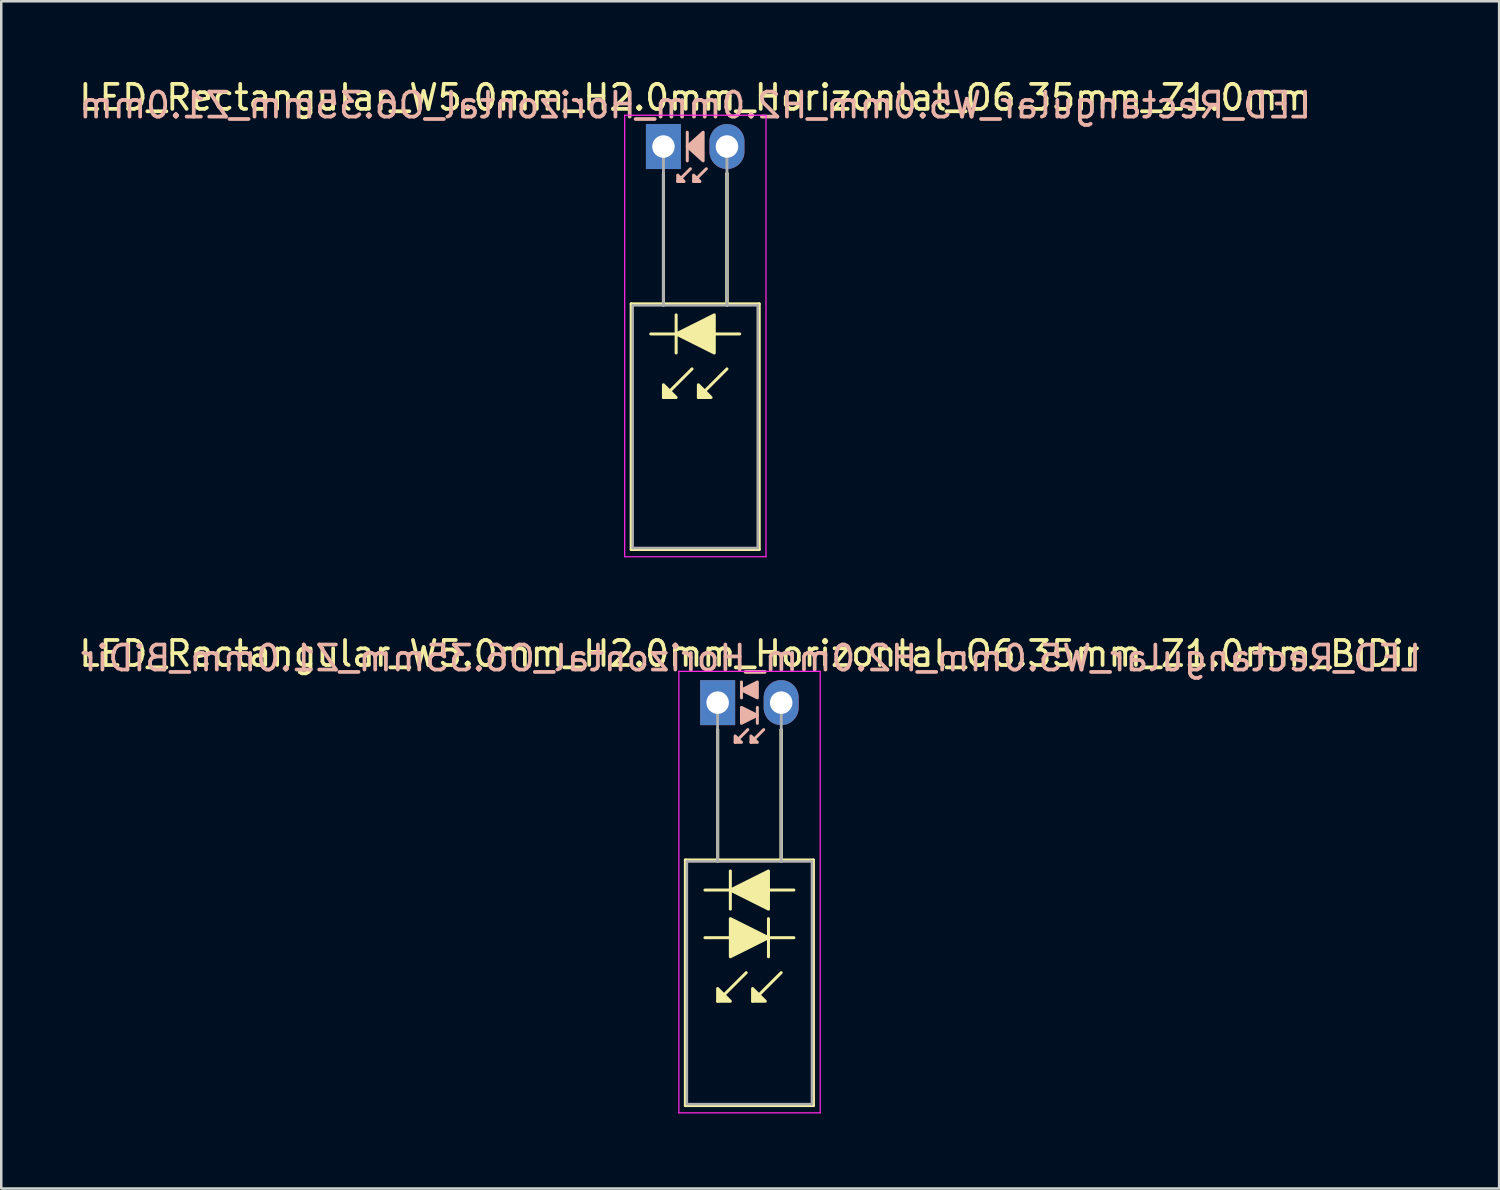
<source format=kicad_pcb>
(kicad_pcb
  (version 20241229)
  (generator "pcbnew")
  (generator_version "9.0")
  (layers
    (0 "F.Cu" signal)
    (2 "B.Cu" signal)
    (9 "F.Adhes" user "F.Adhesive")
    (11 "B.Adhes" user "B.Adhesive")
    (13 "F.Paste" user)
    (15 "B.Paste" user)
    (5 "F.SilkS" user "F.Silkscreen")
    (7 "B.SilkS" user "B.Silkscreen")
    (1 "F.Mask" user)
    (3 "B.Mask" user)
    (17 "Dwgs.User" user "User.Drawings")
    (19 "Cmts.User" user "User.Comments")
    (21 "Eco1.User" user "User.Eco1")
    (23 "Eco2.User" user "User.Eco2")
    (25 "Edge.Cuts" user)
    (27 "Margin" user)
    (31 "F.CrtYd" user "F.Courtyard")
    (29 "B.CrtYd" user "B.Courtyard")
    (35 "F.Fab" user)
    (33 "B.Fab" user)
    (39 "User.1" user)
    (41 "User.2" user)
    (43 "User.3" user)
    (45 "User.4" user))
  (footprint "LED_Rectangular_W5.0mm_H2.0mm_Horizontal_O6.35mm_Z1.0mm"
    (layer "F.Cu")
    (at 23.474 2.808)
    (property "Reference" "LED_Rectangular_W5.0mm_H2.0mm_Horizontal_O6.35mm_Z1.0mm" (at 1.27 -1.96 0) (layer "F.SilkS") (effects (font (size 1 1) (thickness 0.15))))
    (fp_line (start -1.29 6.29) (end -1.29 16.11) (stroke (width 0.12) (type solid)) (layer "F.SilkS"))
    (fp_line (start -1.29 16.11) (end 3.83 16.11) (stroke (width 0.12) (type solid)) (layer "F.SilkS"))
    (fp_line (start 0 1.08) (end 0 1.08) (stroke (width 0.12) (type solid)) (layer "F.SilkS"))
    (fp_line (start 0 1.08) (end 0 6.29) (stroke (width 0.12) (type solid)) (layer "F.SilkS"))
    (fp_line (start 0 6.29) (end 0 1.08) (stroke (width 0.12) (type solid)) (layer "F.SilkS"))
    (fp_line (start 0 6.29) (end 0 6.29) (stroke (width 0.12) (type solid)) (layer "F.SilkS"))
    (fp_line (start 0.508 6.731) (end 0.508 8.255) (stroke (width 0.12) (type solid)) (layer "F.SilkS"))
    (fp_line (start 0.508 7.493) (end -0.508 7.493) (stroke (width 0.12) (type solid)) (layer "F.SilkS"))
    (fp_line (start 1.143 8.89) (end 0 10.033) (stroke (width 0.12) (type solid)) (layer "F.SilkS"))
    (fp_line (start 2.54 1.08) (end 2.54 1.08) (stroke (width 0.12) (type solid)) (layer "F.SilkS"))
    (fp_line (start 2.54 1.08) (end 2.54 6.29) (stroke (width 0.12) (type solid)) (layer "F.SilkS"))
    (fp_line (start 2.54 6.29) (end 2.54 1.08) (stroke (width 0.12) (type solid)) (layer "F.SilkS"))
    (fp_line (start 2.54 6.29) (end 2.54 6.29) (stroke (width 0.12) (type solid)) (layer "F.SilkS"))
    (fp_line (start 2.54 8.89) (end 1.397 10.033) (stroke (width 0.12) (type solid)) (layer "F.SilkS"))
    (fp_line (start 3.048 7.493) (end 2.032 7.493) (stroke (width 0.12) (type solid)) (layer "F.SilkS"))
    (fp_line (start 3.83 6.29) (end -1.29 6.29) (stroke (width 0.12) (type solid)) (layer "F.SilkS"))
    (fp_line (start 3.83 16.11) (end 3.83 6.29) (stroke (width 0.12) (type solid)) (layer "F.SilkS"))
    (fp_poly (pts (xy 0 9.525) (xy 0.508 10.033) (xy 0 10.033)) (stroke (width 0.12) (type solid)) (fill yes) (layer "F.SilkS"))
    (fp_poly (pts (xy 1.397 9.525) (xy 1.905 10.033) (xy 1.397 10.033)) (stroke (width 0.12) (type solid)) (fill yes) (layer "F.SilkS"))
    (fp_poly (pts (xy 2.032 8.255) (xy 0.508 7.493) (xy 2.032 6.731)) (stroke (width 0.12) (type solid)) (fill yes) (layer "F.SilkS"))
    (fp_line (start 0.953 -0.572) (end 0.953 0.572) (stroke (width 0.12) (type solid)) (layer "B.SilkS"))
    (fp_line (start 1.079 0.889) (end 0.572 1.397) (stroke (width 0.12) (type solid)) (layer "B.SilkS"))
    (fp_line (start 1.714 0.889) (end 1.206 1.397) (stroke (width 0.12) (type solid)) (layer "B.SilkS"))
    (fp_poly (pts (xy 0.572 1.143) (xy 0.826 1.397) (xy 0.572 1.397)) (stroke (width 0.12) (type solid)) (fill yes) (layer "B.SilkS"))
    (fp_poly (pts (xy 1.206 1.143) (xy 1.46 1.397) (xy 1.206 1.397)) (stroke (width 0.12) (type solid)) (fill yes) (layer "B.SilkS"))
    (fp_poly (pts (xy 1.587 0.572) (xy 0.953 0) (xy 1.587 -0.572)) (stroke (width 0.12) (type solid)) (fill yes) (layer "B.SilkS"))
    (fp_line (start -1.55 -1.25) (end -1.55 16.4) (stroke (width 0.05) (type solid)) (layer "F.CrtYd"))
    (fp_line (start -1.55 16.4) (end 4.1 16.4) (stroke (width 0.05) (type solid)) (layer "F.CrtYd"))
    (fp_line (start 4.1 -1.25) (end -1.55 -1.25) (stroke (width 0.05) (type solid)) (layer "F.CrtYd"))
    (fp_line (start 4.1 16.4) (end 4.1 -1.25) (stroke (width 0.05) (type solid)) (layer "F.CrtYd"))
    (fp_line (start -1.23 6.35) (end -1.23 16.05) (stroke (width 0.1) (type solid)) (layer "F.Fab"))
    (fp_line (start -1.23 16.05) (end 3.77 16.05) (stroke (width 0.1) (type solid)) (layer "F.Fab"))
    (fp_line (start 0 0) (end 0 0) (stroke (width 0.1) (type solid)) (layer "F.Fab"))
    (fp_line (start 0 0) (end 0 6.35) (stroke (width 0.1) (type solid)) (layer "F.Fab"))
    (fp_line (start 0 6.35) (end 0 0) (stroke (width 0.1) (type solid)) (layer "F.Fab"))
    (fp_line (start 0 6.35) (end 0 6.35) (stroke (width 0.1) (type solid)) (layer "F.Fab"))
    (fp_line (start 2.54 0) (end 2.54 0) (stroke (width 0.1) (type solid)) (layer "F.Fab"))
    (fp_line (start 2.54 0) (end 2.54 6.35) (stroke (width 0.1) (type solid)) (layer "F.Fab"))
    (fp_line (start 2.54 6.35) (end 2.54 0) (stroke (width 0.1) (type solid)) (layer "F.Fab"))
    (fp_line (start 2.54 6.35) (end 2.54 6.35) (stroke (width 0.1) (type solid)) (layer "F.Fab"))
    (fp_line (start 3.77 6.35) (end -1.23 6.35) (stroke (width 0.1) (type solid)) (layer "F.Fab"))
    (fp_line (start 3.77 16.05) (end 3.77 6.35) (stroke (width 0.1) (type solid)) (layer "F.Fab"))
    (fp_text user "${REFERENCE}" (at 1.27 -1.651 0) (layer "B.SilkS") (effects (font (size 1 1) (thickness 0.15)) (justify mirror)))
    (pad "1" thru_hole rect (at 0 0) (size 1.4 1.8) (drill 0.9) (layers "*.Cu" "*.Mask"))
    (pad "2" thru_hole oval (at 2.54 0) (size 1.4 1.8) (drill 0.9) (layers "*.Cu" "*.Mask")))
  (footprint "LED_Rectangular_W5.0mm_H2.0mm_Horizontal_O6.35mm_Z1.0mm_BiDir"
    (layer "F.Cu")
    (at 25.641 25.041)
    (property "Reference" "LED_Rectangular_W5.0mm_H2.0mm_Horizontal_O6.35mm_Z1.0mm_BiDir" (at 1.27 -1.96 0) (layer "F.SilkS") (effects (font (size 1 1) (thickness 0.15))))
    (fp_line (start -1.29 6.29) (end -1.29 16.11) (stroke (width 0.12) (type solid)) (layer "F.SilkS"))
    (fp_line (start -1.29 16.11) (end 3.83 16.11) (stroke (width 0.12) (type solid)) (layer "F.SilkS"))
    (fp_line (start -0.508 9.398) (end 0.508 9.398) (stroke (width 0.12) (type solid)) (layer "F.SilkS"))
    (fp_line (start 0 1.08) (end 0 1.08) (stroke (width 0.12) (type solid)) (layer "F.SilkS"))
    (fp_line (start 0 1.08) (end 0 6.29) (stroke (width 0.12) (type solid)) (layer "F.SilkS"))
    (fp_line (start 0 6.29) (end 0 1.08) (stroke (width 0.12) (type solid)) (layer "F.SilkS"))
    (fp_line (start 0 6.29) (end 0 6.29) (stroke (width 0.12) (type solid)) (layer "F.SilkS"))
    (fp_line (start 0.508 6.731) (end 0.508 8.255) (stroke (width 0.12) (type solid)) (layer "F.SilkS"))
    (fp_line (start 0.508 7.493) (end -0.508 7.493) (stroke (width 0.12) (type solid)) (layer "F.SilkS"))
    (fp_line (start 1.143 10.795) (end 0 11.938) (stroke (width 0.12) (type solid)) (layer "F.SilkS"))
    (fp_line (start 2.032 9.398) (end 3.048 9.398) (stroke (width 0.12) (type solid)) (layer "F.SilkS"))
    (fp_line (start 2.032 10.16) (end 2.032 8.636) (stroke (width 0.12) (type solid)) (layer "F.SilkS"))
    (fp_line (start 2.54 1.08) (end 2.54 1.08) (stroke (width 0.12) (type solid)) (layer "F.SilkS"))
    (fp_line (start 2.54 1.08) (end 2.54 6.29) (stroke (width 0.12) (type solid)) (layer "F.SilkS"))
    (fp_line (start 2.54 6.29) (end 2.54 1.08) (stroke (width 0.12) (type solid)) (layer "F.SilkS"))
    (fp_line (start 2.54 6.29) (end 2.54 6.29) (stroke (width 0.12) (type solid)) (layer "F.SilkS"))
    (fp_line (start 2.54 10.795) (end 1.397 11.938) (stroke (width 0.12) (type solid)) (layer "F.SilkS"))
    (fp_line (start 3.048 7.493) (end 2.032 7.493) (stroke (width 0.12) (type solid)) (layer "F.SilkS"))
    (fp_line (start 3.83 6.29) (end -1.29 6.29) (stroke (width 0.12) (type solid)) (layer "F.SilkS"))
    (fp_line (start 3.83 16.11) (end 3.83 6.29) (stroke (width 0.12) (type solid)) (layer "F.SilkS"))
    (fp_poly (pts (xy 0 11.43) (xy 0.508 11.938) (xy 0 11.938)) (stroke (width 0.12) (type solid)) (fill yes) (layer "F.SilkS"))
    (fp_poly (pts (xy 0.508 8.636) (xy 2.032 9.398) (xy 0.508 10.16)) (stroke (width 0.12) (type solid)) (fill yes) (layer "F.SilkS"))
    (fp_poly (pts (xy 1.397 11.43) (xy 1.905 11.938) (xy 1.397 11.938)) (stroke (width 0.12) (type solid)) (fill yes) (layer "F.SilkS"))
    (fp_poly (pts (xy 2.032 8.255) (xy 0.508 7.493) (xy 2.032 6.731)) (stroke (width 0.12) (type solid)) (fill yes) (layer "F.SilkS"))
    (fp_line (start 0.953 -0.826) (end 0.953 -0.191) (stroke (width 0.12) (type solid)) (layer "B.SilkS"))
    (fp_line (start 1.206 1.079) (end 0.699 1.587) (stroke (width 0.12) (type solid)) (layer "B.SilkS"))
    (fp_line (start 1.587 0.826) (end 1.587 0.191) (stroke (width 0.12) (type solid)) (layer "B.SilkS"))
    (fp_line (start 1.841 1.079) (end 1.333 1.587) (stroke (width 0.12) (type solid)) (layer "B.SilkS"))
    (fp_poly (pts (xy 0.699 1.333) (xy 0.953 1.587) (xy 0.699 1.587)) (stroke (width 0.12) (type solid)) (fill yes) (layer "B.SilkS"))
    (fp_poly (pts (xy 0.953 0.191) (xy 1.587 0.508) (xy 0.953 0.826)) (stroke (width 0.12) (type solid)) (fill yes) (layer "B.SilkS"))
    (fp_poly (pts (xy 1.333 1.333) (xy 1.587 1.587) (xy 1.333 1.587)) (stroke (width 0.12) (type solid)) (fill yes) (layer "B.SilkS"))
    (fp_poly (pts (xy 1.587 -0.191) (xy 0.953 -0.508) (xy 1.587 -0.826)) (stroke (width 0.12) (type solid)) (fill yes) (layer "B.SilkS"))
    (fp_line (start -1.55 -1.25) (end -1.55 16.4) (stroke (width 0.05) (type solid)) (layer "F.CrtYd"))
    (fp_line (start -1.55 16.4) (end 4.1 16.4) (stroke (width 0.05) (type solid)) (layer "F.CrtYd"))
    (fp_line (start 4.1 -1.25) (end -1.55 -1.25) (stroke (width 0.05) (type solid)) (layer "F.CrtYd"))
    (fp_line (start 4.1 16.4) (end 4.1 -1.25) (stroke (width 0.05) (type solid)) (layer "F.CrtYd"))
    (fp_line (start -1.23 6.35) (end -1.23 16.05) (stroke (width 0.1) (type solid)) (layer "F.Fab"))
    (fp_line (start -1.23 16.05) (end 3.77 16.05) (stroke (width 0.1) (type solid)) (layer "F.Fab"))
    (fp_line (start 0 0) (end 0 0) (stroke (width 0.1) (type solid)) (layer "F.Fab"))
    (fp_line (start 0 0) (end 0 6.35) (stroke (width 0.1) (type solid)) (layer "F.Fab"))
    (fp_line (start 0 6.35) (end 0 0) (stroke (width 0.1) (type solid)) (layer "F.Fab"))
    (fp_line (start 0 6.35) (end 0 6.35) (stroke (width 0.1) (type solid)) (layer "F.Fab"))
    (fp_line (start 2.54 0) (end 2.54 0) (stroke (width 0.1) (type solid)) (layer "F.Fab"))
    (fp_line (start 2.54 0) (end 2.54 6.35) (stroke (width 0.1) (type solid)) (layer "F.Fab"))
    (fp_line (start 2.54 6.35) (end 2.54 0) (stroke (width 0.1) (type solid)) (layer "F.Fab"))
    (fp_line (start 2.54 6.35) (end 2.54 6.35) (stroke (width 0.1) (type solid)) (layer "F.Fab"))
    (fp_line (start 3.77 6.35) (end -1.23 6.35) (stroke (width 0.1) (type solid)) (layer "F.Fab"))
    (fp_line (start 3.77 16.05) (end 3.77 6.35) (stroke (width 0.1) (type solid)) (layer "F.Fab"))
    (fp_text user "${REFERENCE}" (at 1.333 -1.778 0) (layer "B.SilkS") (effects (font (size 1 1) (thickness 0.15)) (justify mirror)))
    (pad "1" thru_hole rect (at 0 0) (size 1.4 1.8) (drill 0.9) (layers "*.Cu" "*.Mask"))
    (pad "2" thru_hole oval (at 2.54 0) (size 1.4 1.8) (drill 0.9) (layers "*.Cu" "*.Mask")))
  (gr_rect
    (start -3 -3)
    (end 56.885 44.467)
    (stroke (width 0.1) (type default))
    (fill no)
    (layer "Edge.Cuts")))
</source>
